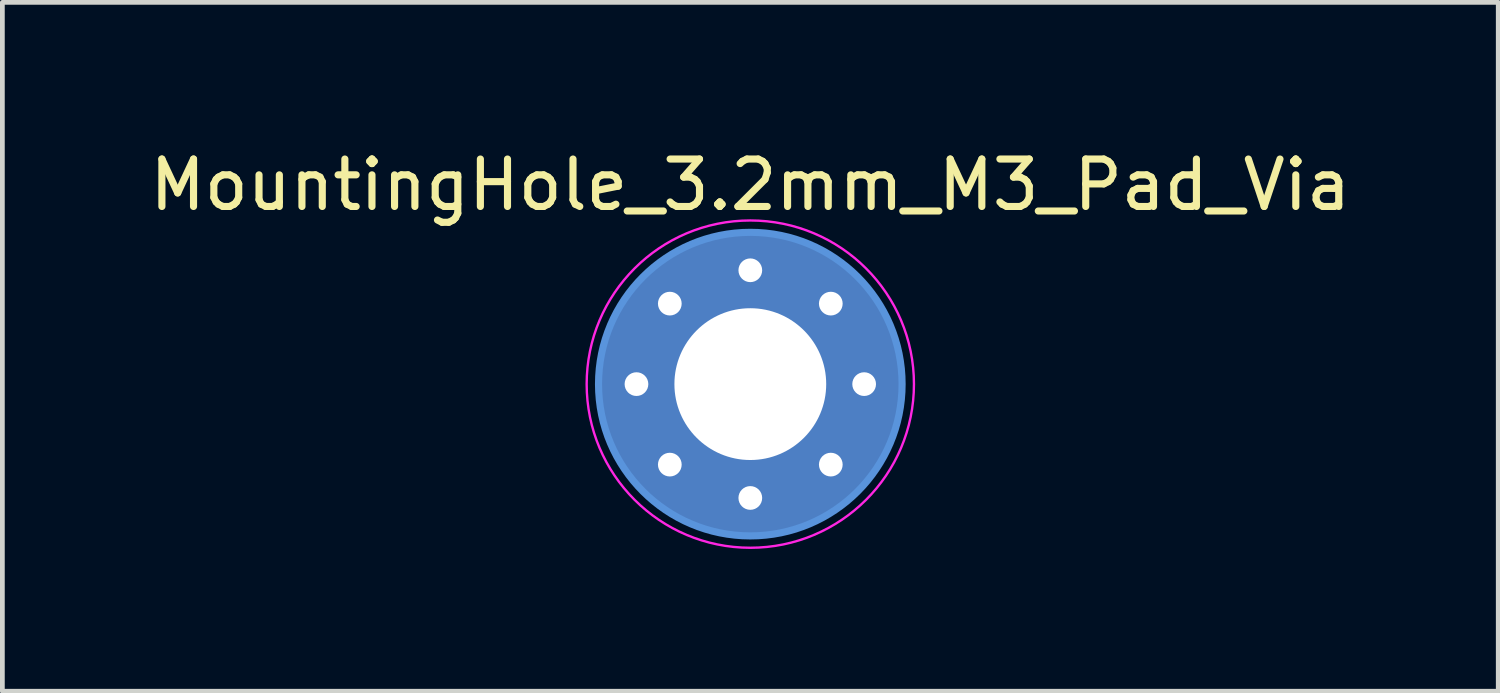
<source format=kicad_pcb>
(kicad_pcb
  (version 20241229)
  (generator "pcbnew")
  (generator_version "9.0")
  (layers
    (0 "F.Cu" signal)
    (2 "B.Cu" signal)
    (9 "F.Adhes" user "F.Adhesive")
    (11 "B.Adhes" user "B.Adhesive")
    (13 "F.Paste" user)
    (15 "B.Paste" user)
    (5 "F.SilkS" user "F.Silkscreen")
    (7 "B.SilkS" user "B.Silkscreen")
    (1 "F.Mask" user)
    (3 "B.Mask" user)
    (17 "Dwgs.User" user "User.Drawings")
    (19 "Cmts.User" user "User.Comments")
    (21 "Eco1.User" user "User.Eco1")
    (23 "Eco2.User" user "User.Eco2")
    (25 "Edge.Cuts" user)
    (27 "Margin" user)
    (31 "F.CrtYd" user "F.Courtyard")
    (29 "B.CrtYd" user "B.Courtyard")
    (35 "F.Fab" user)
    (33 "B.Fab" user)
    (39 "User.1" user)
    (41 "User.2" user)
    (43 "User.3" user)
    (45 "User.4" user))
  (footprint "MountingHole_3.2mm_M3_Pad_Via"
    (layer "F.Cu")
    (at 12.768 5.048)
    (property "Reference" "MountingHole_3.2mm_M3_Pad_Via" (at 0 -4.2 0) (layer "F.SilkS") (effects (font (size 1 1) (thickness 0.15))))
    (attr exclude_from_pos_files)
    (fp_circle (center 0 0) (end 3.2 0) (stroke (width 0.15) (type solid)) (fill no) (layer "Cmts.User"))
    (fp_circle (center 0 0) (end 3.45 0) (stroke (width 0.05) (type solid)) (fill no) (layer "F.CrtYd"))
    (pad "1" thru_hole circle (at -2.4 0) (size 0.8 0.8) (drill 0.5) (layers "*.Cu" "*.Mask"))
    (pad "1" thru_hole circle (at -1.697 -1.697) (size 0.8 0.8) (drill 0.5) (layers "*.Cu" "*.Mask"))
    (pad "1" thru_hole circle (at -1.697 1.697) (size 0.8 0.8) (drill 0.5) (layers "*.Cu" "*.Mask"))
    (pad "1" thru_hole circle (at 0 -2.4) (size 0.8 0.8) (drill 0.5) (layers "*.Cu" "*.Mask"))
    (pad "1" thru_hole circle (at 0 0) (size 6.4 6.4) (drill 3.2) (layers "*.Cu" "*.Mask"))
    (pad "1" thru_hole circle (at 0 2.4) (size 0.8 0.8) (drill 0.5) (layers "*.Cu" "*.Mask"))
    (pad "1" thru_hole circle (at 1.697 -1.697) (size 0.8 0.8) (drill 0.5) (layers "*.Cu" "*.Mask"))
    (pad "1" thru_hole circle (at 1.697 1.697) (size 0.8 0.8) (drill 0.5) (layers "*.Cu" "*.Mask"))
    (pad "1" thru_hole circle (at 2.4 0) (size 0.8 0.8) (drill 0.5) (layers "*.Cu" "*.Mask")))
  (gr_rect
    (start -3 -3)
    (end 28.536 11.523)
    (stroke (width 0.1) (type default))
    (fill no)
    (layer "Edge.Cuts")))
</source>
